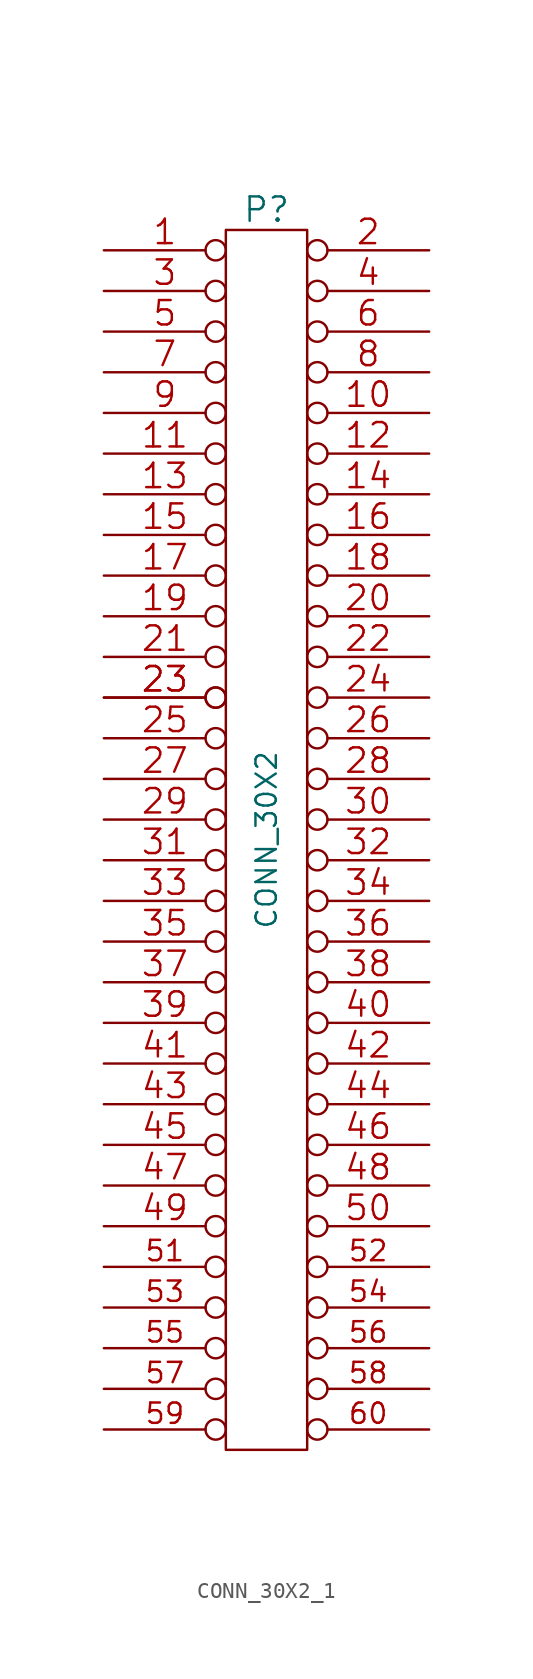
<source format=kicad_sym>
(kicad_symbol_lib
  (version 20220914)
  (generator kicad_symbol_editor)
  (symbol "CONN_30X2_1"
    (pin_names
      (offset 0.254) hide)
    (property "Reference" "P"
      (at 0 39.37 0)
      (effects (font (size 1.524 1.524))))
    (property "Value" "CONN_30X2"
      (at 0 0 90)
      (effects (font (size 1.27 1.27))))
    (property "Footprint" ""
      (at 0 0 0)
      (effects (font (size 1.524 1.524))))
    (property "Datasheet" ""
      (at 0 0 0)
      (effects (font (size 1.524 1.524))))
    (symbol "CONN_30X2_1_0_1"
      (rectangle (start -2.54 38.1) (end 2.54 -38.1) (stroke (width 0) (type default)) (fill (type none))))
    (symbol "CONN_30X2_1_1_1"
      (pin passive inverted (at -10.16 36.83 0) (length 7.62) (name "P1" (effects (font (size 0.762 0.762)))) (number "1" (effects (font (size 1.524 1.524)))))
      (pin passive inverted (at 10.16 26.67 180) (length 7.62) (name "P10" (effects (font (size 0.762 0.762)))) (number "10" (effects (font (size 1.524 1.524)))))
      (pin passive inverted (at -10.16 24.13 0) (length 7.62) (name "P11" (effects (font (size 0.762 0.762)))) (number "11" (effects (font (size 1.524 1.524)))))
      (pin passive inverted (at 10.16 24.13 180) (length 7.62) (name "P12" (effects (font (size 0.762 0.762)))) (number "12" (effects (font (size 1.524 1.524)))))
      (pin passive inverted (at -10.16 21.59 0) (length 7.62) (name "P13" (effects (font (size 0.762 0.762)))) (number "13" (effects (font (size 1.524 1.524)))))
      (pin passive inverted (at 10.16 21.59 180) (length 7.62) (name "P14" (effects (font (size 0.762 0.762)))) (number "14" (effects (font (size 1.524 1.524)))))
      (pin passive inverted (at -10.16 19.05 0) (length 7.62) (name "P15" (effects (font (size 0.762 0.762)))) (number "15" (effects (font (size 1.524 1.524)))))
      (pin passive inverted (at 10.16 19.05 180) (length 7.62) (name "P16" (effects (font (size 0.762 0.762)))) (number "16" (effects (font (size 1.524 1.524)))))
      (pin passive inverted (at -10.16 16.51 0) (length 7.62) (name "P17" (effects (font (size 0.762 0.762)))) (number "17" (effects (font (size 1.524 1.524)))))
      (pin passive inverted (at 10.16 16.51 180) (length 7.62) (name "P18" (effects (font (size 0.762 0.762)))) (number "18" (effects (font (size 1.524 1.524)))))
      (pin passive inverted (at -10.16 13.97 0) (length 7.62) (name "P19" (effects (font (size 0.762 0.762)))) (number "19" (effects (font (size 1.524 1.524)))))
      (pin passive inverted (at 10.16 36.83 180) (length 7.62) (name "P2" (effects (font (size 0.762 0.762)))) (number "2" (effects (font (size 1.524 1.524)))))
      (pin passive inverted (at 10.16 13.97 180) (length 7.62) (name "P20" (effects (font (size 0.762 0.762)))) (number "20" (effects (font (size 1.524 1.524)))))
      (pin passive inverted (at -10.16 11.43 0) (length 7.62) (name "P21" (effects (font (size 0.762 0.762)))) (number "21" (effects (font (size 1.524 1.524)))))
      (pin passive inverted (at 10.16 11.43 180) (length 7.62) (name "P22" (effects (font (size 0.762 0.762)))) (number "22" (effects (font (size 1.524 1.524)))))
      (pin passive inverted (at -10.16 8.89 0) (length 7.62) (name "P23" (effects (font (size 0.762 0.762)))) (number "23" (effects (font (size 1.524 1.524)))))
      (pin passive inverted (at -10.16 8.89 0) (length 7.62) (name "P23" (effects (font (size 0.762 0.762)))) (number "23" (effects (font (size 1.524 1.524)))))
      (pin passive inverted (at 10.16 8.89 180) (length 7.62) (name "P24" (effects (font (size 0.762 0.762)))) (number "24" (effects (font (size 1.524 1.524)))))
      (pin passive inverted (at -10.16 6.35 0) (length 7.62) (name "~" (effects (font (size 0.762 0.762)))) (number "25" (effects (font (size 1.524 1.524)))))
      (pin passive inverted (at 10.16 6.35 180) (length 7.62) (name "P26" (effects (font (size 0.762 0.762)))) (number "26" (effects (font (size 1.524 1.524)))))
      (pin passive inverted (at -10.16 3.81 0) (length 7.62) (name "P27" (effects (font (size 0.762 0.762)))) (number "27" (effects (font (size 1.524 1.524)))))
      (pin passive inverted (at 10.16 3.81 180) (length 7.62) (name "P28" (effects (font (size 0.762 0.762)))) (number "28" (effects (font (size 1.524 1.524)))))
      (pin passive inverted (at -10.16 1.27 0) (length 7.62) (name "P29" (effects (font (size 0.762 0.762)))) (number "29" (effects (font (size 1.524 1.524)))))
      (pin passive inverted (at -10.16 34.29 0) (length 7.62) (name "P3" (effects (font (size 0.762 0.762)))) (number "3" (effects (font (size 1.524 1.524)))))
      (pin passive inverted (at 10.16 1.27 180) (length 7.62) (name "P30" (effects (font (size 0.762 0.762)))) (number "30" (effects (font (size 1.524 1.524)))))
      (pin passive inverted (at -10.16 -1.27 0) (length 7.62) (name "P31" (effects (font (size 0.762 0.762)))) (number "31" (effects (font (size 1.524 1.524)))))
      (pin passive inverted (at 10.16 -1.27 180) (length 7.62) (name "P32" (effects (font (size 0.762 0.762)))) (number "32" (effects (font (size 1.524 1.524)))))
      (pin passive inverted (at -10.16 -3.81 0) (length 7.62) (name "P33" (effects (font (size 0.762 0.762)))) (number "33" (effects (font (size 1.524 1.524)))))
      (pin passive inverted (at 10.16 -3.81 180) (length 7.62) (name "P34" (effects (font (size 0.762 0.762)))) (number "34" (effects (font (size 1.524 1.524)))))
      (pin passive inverted (at -10.16 -6.35 0) (length 7.62) (name "P35" (effects (font (size 0.762 0.762)))) (number "35" (effects (font (size 1.524 1.524)))))
      (pin passive inverted (at 10.16 -6.35 180) (length 7.62) (name "P36" (effects (font (size 0.762 0.762)))) (number "36" (effects (font (size 1.524 1.524)))))
      (pin passive inverted (at -10.16 -8.89 0) (length 7.62) (name "P37" (effects (font (size 0.762 0.762)))) (number "37" (effects (font (size 1.524 1.524)))))
      (pin passive inverted (at 10.16 -8.89 180) (length 7.62) (name "P38" (effects (font (size 0.762 0.762)))) (number "38" (effects (font (size 1.524 1.524)))))
      (pin passive inverted (at -10.16 -11.43 0) (length 7.62) (name "P39" (effects (font (size 0.762 0.762)))) (number "39" (effects (font (size 1.524 1.524)))))
      (pin passive inverted (at 10.16 34.29 180) (length 7.62) (name "P4" (effects (font (size 0.762 0.762)))) (number "4" (effects (font (size 1.524 1.524)))))
      (pin passive inverted (at 10.16 -11.43 180) (length 7.62) (name "P40" (effects (font (size 0.762 0.762)))) (number "40" (effects (font (size 1.524 1.524)))))
      (pin passive inverted (at -10.16 -13.97 0) (length 7.62) (name "P41" (effects (font (size 0.762 0.762)))) (number "41" (effects (font (size 1.524 1.524)))))
      (pin passive inverted (at 10.16 -13.97 180) (length 7.62) (name "P42" (effects (font (size 0.762 0.762)))) (number "42" (effects (font (size 1.524 1.524)))))
      (pin passive inverted (at -10.16 -16.51 0) (length 7.62) (name "P43" (effects (font (size 0.762 0.762)))) (number "43" (effects (font (size 1.524 1.524)))))
      (pin passive inverted (at 10.16 -16.51 180) (length 7.62) (name "P44" (effects (font (size 0.762 0.762)))) (number "44" (effects (font (size 1.524 1.524)))))
      (pin passive inverted (at -10.16 -19.05 0) (length 7.62) (name "P45" (effects (font (size 0.762 0.762)))) (number "45" (effects (font (size 1.524 1.524)))))
      (pin passive inverted (at 10.16 -19.05 180) (length 7.62) (name "P46" (effects (font (size 0.762 0.762)))) (number "46" (effects (font (size 1.524 1.524)))))
      (pin passive inverted (at -10.16 -21.59 0) (length 7.62) (name "P47" (effects (font (size 0.762 0.762)))) (number "47" (effects (font (size 1.524 1.524)))))
      (pin passive inverted (at 10.16 -21.59 180) (length 7.62) (name "P48" (effects (font (size 0.762 0.762)))) (number "48" (effects (font (size 1.524 1.524)))))
      (pin passive inverted (at -10.16 -24.13 0) (length 7.62) (name "P49" (effects (font (size 0.762 0.762)))) (number "49" (effects (font (size 1.524 1.524)))))
      (pin passive inverted (at -10.16 31.75 0) (length 7.62) (name "P5" (effects (font (size 0.762 0.762)))) (number "5" (effects (font (size 1.524 1.524)))))
      (pin passive inverted (at 10.16 -24.13 180) (length 7.62) (name "P50" (effects (font (size 0.762 0.762)))) (number "50" (effects (font (size 1.524 1.524)))))
      (pin passive inverted (at -10.16 -26.67 0) (length 7.62) (name "P51" (effects (font (size 1.27 1.27)))) (number "51" (effects (font (size 1.27 1.27)))))
      (pin passive inverted (at 10.16 -26.67 180) (length 7.62) (name "P52" (effects (font (size 1.27 1.27)))) (number "52" (effects (font (size 1.27 1.27)))))
      (pin passive inverted (at -10.16 -29.21 0) (length 7.62) (name "P53" (effects (font (size 1.27 1.27)))) (number "53" (effects (font (size 1.27 1.27)))))
      (pin passive inverted (at 10.16 -29.21 180) (length 7.62) (name "P54" (effects (font (size 1.27 1.27)))) (number "54" (effects (font (size 1.27 1.27)))))
      (pin passive inverted (at -10.16 -31.75 0) (length 7.62) (name "P55" (effects (font (size 1.27 1.27)))) (number "55" (effects (font (size 1.27 1.27)))))
      (pin passive inverted (at 10.16 -31.75 180) (length 7.62) (name "P56" (effects (font (size 1.27 1.27)))) (number "56" (effects (font (size 1.27 1.27)))))
      (pin passive inverted (at -10.16 -34.29 0) (length 7.62) (name "P57" (effects (font (size 1.27 1.27)))) (number "57" (effects (font (size 1.27 1.27)))))
      (pin passive inverted (at 10.16 -34.29 180) (length 7.62) (name "P58" (effects (font (size 1.27 1.27)))) (number "58" (effects (font (size 1.27 1.27)))))
      (pin passive inverted (at -10.16 -36.83 0) (length 7.62) (name "P59" (effects (font (size 1.27 1.27)))) (number "59" (effects (font (size 1.27 1.27)))))
      (pin passive inverted (at 10.16 31.75 180) (length 7.62) (name "P6" (effects (font (size 0.762 0.762)))) (number "6" (effects (font (size 1.524 1.524)))))
      (pin passive inverted (at 10.16 -36.83 180) (length 7.62) (name "P60" (effects (font (size 1.27 1.27)))) (number "60" (effects (font (size 1.27 1.27)))))
      (pin passive inverted (at -10.16 29.21 0) (length 7.62) (name "P7" (effects (font (size 0.762 0.762)))) (number "7" (effects (font (size 1.524 1.524)))))
      (pin passive inverted (at 10.16 29.21 180) (length 7.62) (name "P8" (effects (font (size 0.762 0.762)))) (number "8" (effects (font (size 1.524 1.524)))))
      (pin passive inverted (at -10.16 26.67 0) (length 7.62) (name "P9" (effects (font (size 0.762 0.762)))) (number "9" (effects (font (size 1.524 1.524))))))))
</source>
